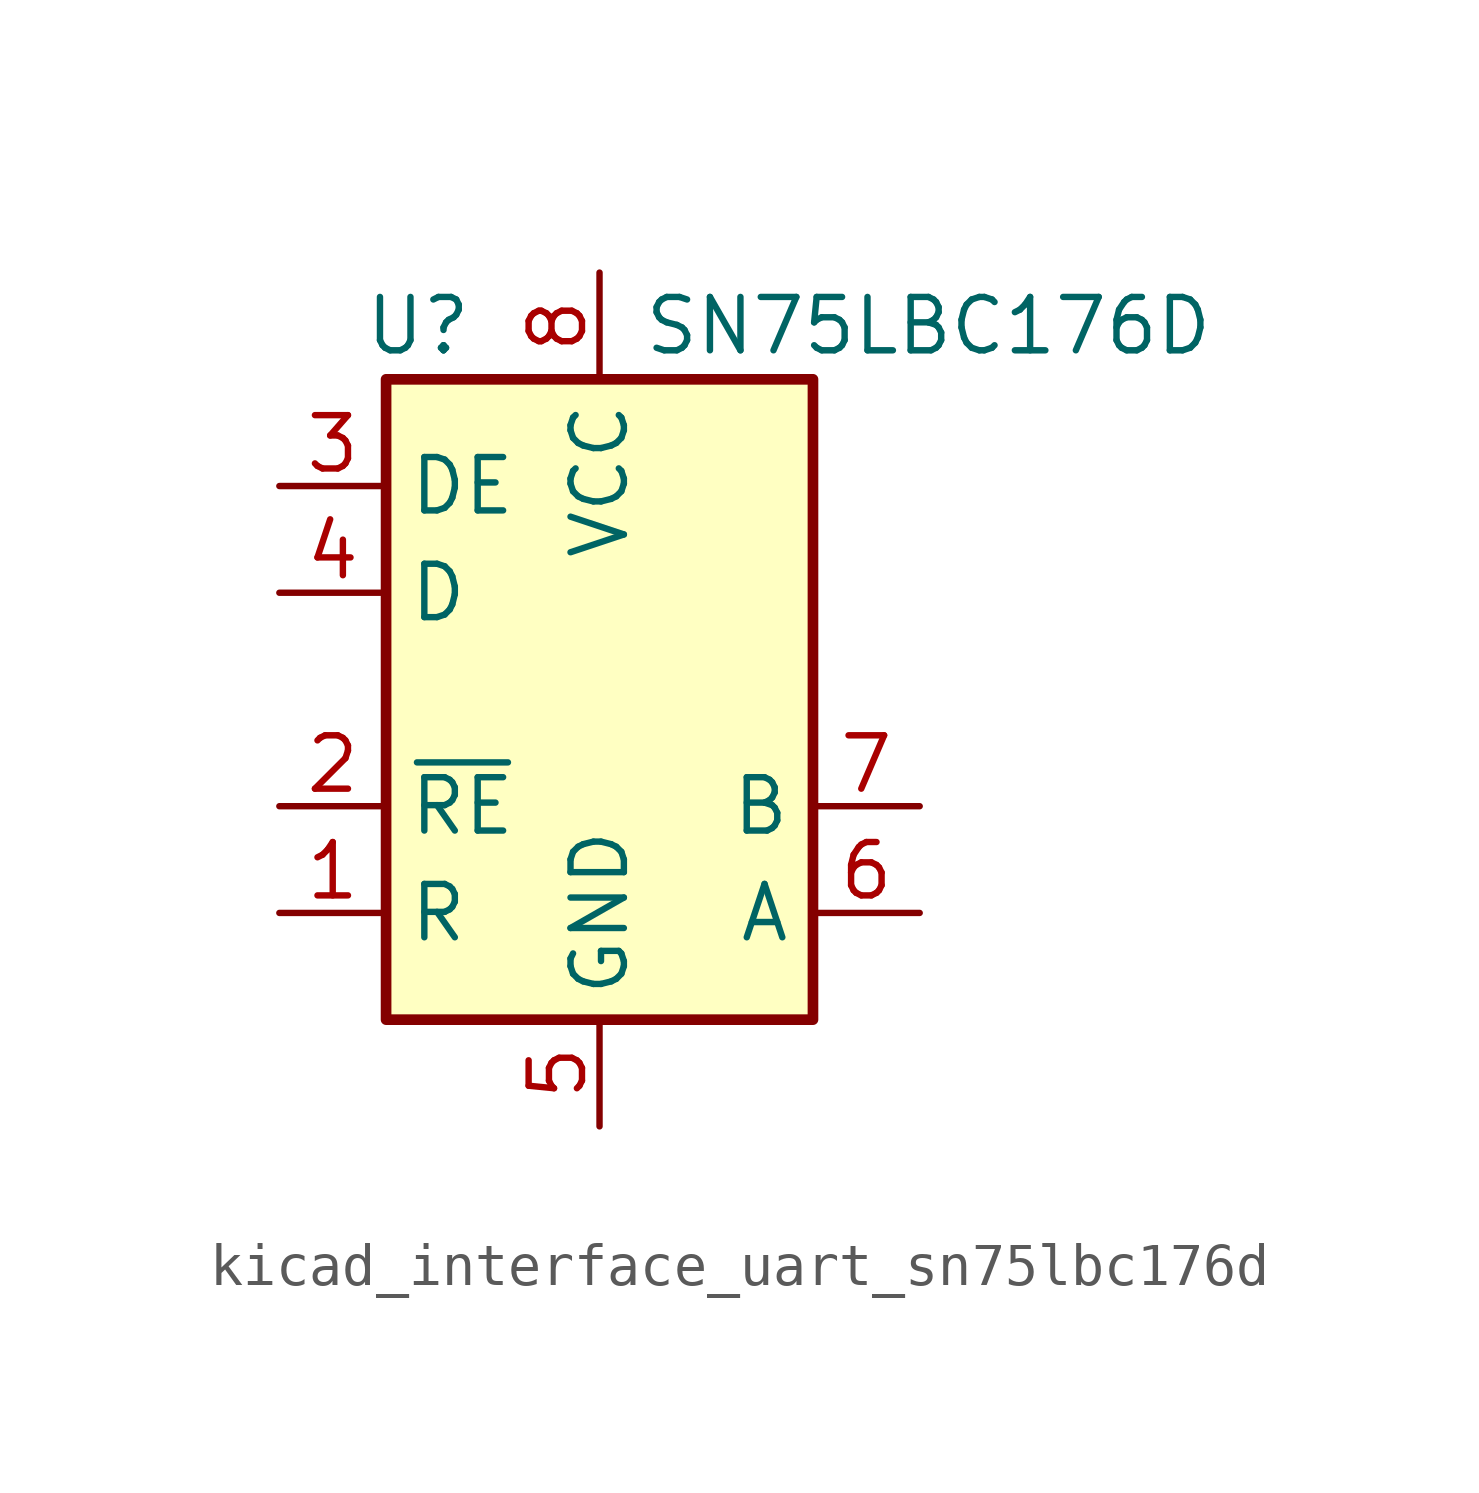
<source format=kicad_sym>
(kicad_symbol_lib
  (version 20220914)
  (generator kicad_symbol_editor)
  (symbol "kicad_interface_uart_sn75lbc176d"
    (property "Reference" "U"
      (at -4.318 8.89 0)
      (effects (font (size 1.27 1.27))))
    (property "Value" "SN75LBC176D"
      (at 1.016 8.89 0)
      (effects (font (size 1.27 1.27)) (justify left)))
    (symbol "kicad_interface_uart_sn75lbc176d_0_1"
      (rectangle (start -5.08 7.62) (end 5.08 -7.62) (stroke (width 0.254) (type default)) (fill (type background))))
    (symbol "kicad_interface_uart_sn75lbc176d_1_1"
      (pin output line (at -7.62 -5.08 0) (length 2.54) (name "R" (effects (font (size 1.27 1.27)))) (number "1" (effects (font (size 1.27 1.27)))))
      (pin input line (at -7.62 -2.54 0) (length 2.54) (name "~{RE}" (effects (font (size 1.27 1.27)))) (number "2" (effects (font (size 1.27 1.27)))))
      (pin input line (at -7.62 5.08 0) (length 2.54) (name "DE" (effects (font (size 1.27 1.27)))) (number "3" (effects (font (size 1.27 1.27)))))
      (pin input line (at -7.62 2.54 0) (length 2.54) (name "D" (effects (font (size 1.27 1.27)))) (number "4" (effects (font (size 1.27 1.27)))))
      (pin power_in line (at 0 -10.16 90) (length 2.54) (name "GND" (effects (font (size 1.27 1.27)))) (number "5" (effects (font (size 1.27 1.27)))))
      (pin bidirectional line (at 7.62 -5.08 180) (length 2.54) (name "A" (effects (font (size 1.27 1.27)))) (number "6" (effects (font (size 1.27 1.27)))))
      (pin bidirectional line (at 7.62 -2.54 180) (length 2.54) (name "B" (effects (font (size 1.27 1.27)))) (number "7" (effects (font (size 1.27 1.27)))))
      (pin power_in line (at 0 10.16 270) (length 2.54) (name "VCC" (effects (font (size 1.27 1.27)))) (number "8" (effects (font (size 1.27 1.27))))))))
</source>
